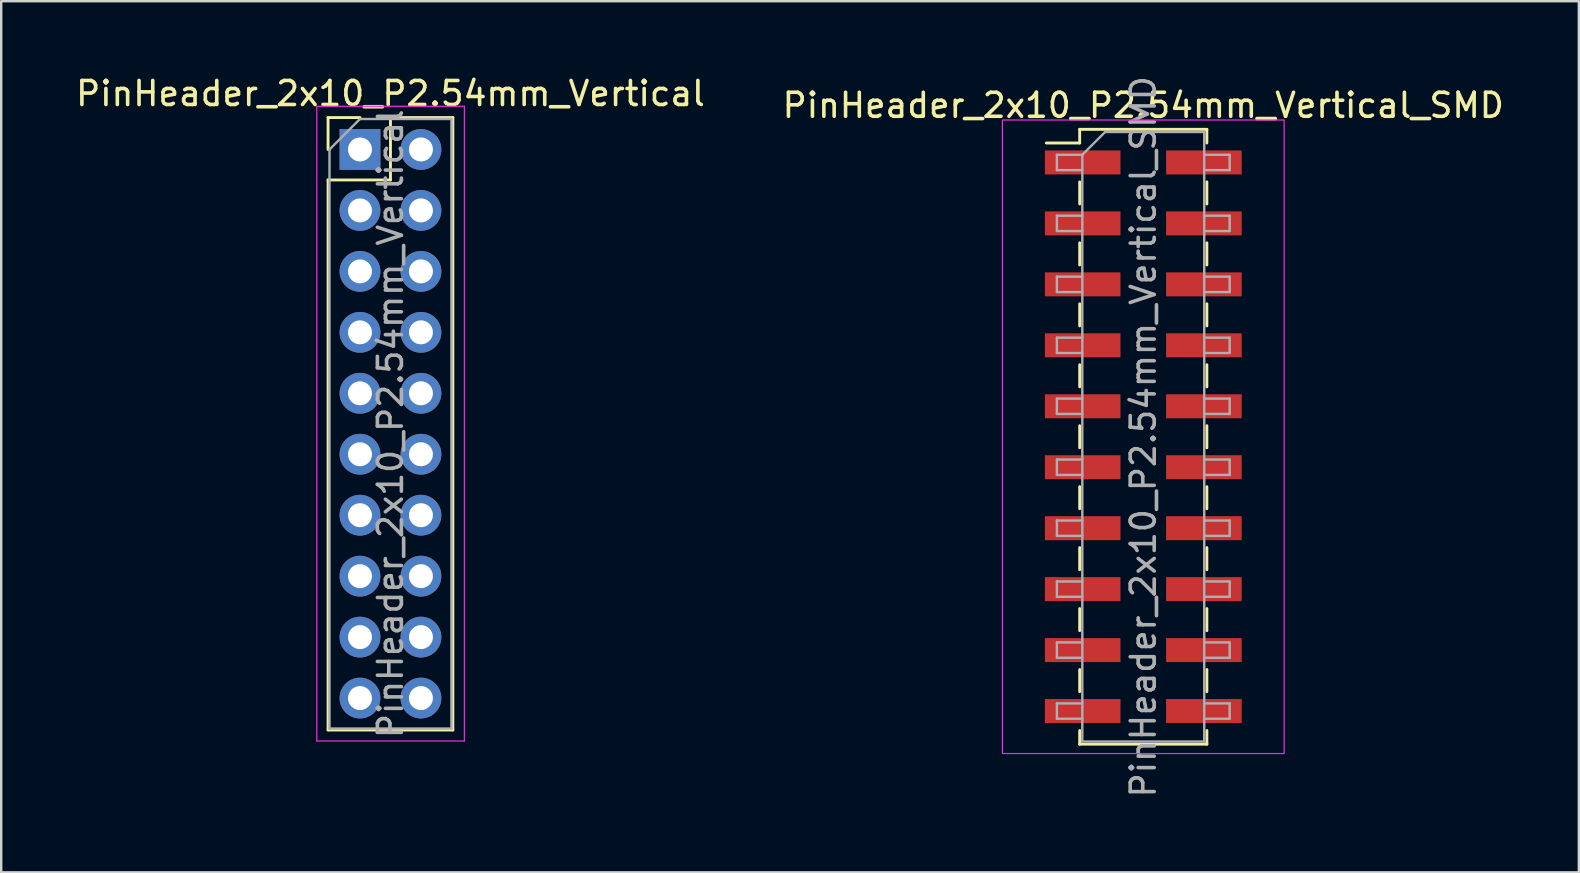
<source format=kicad_pcb>
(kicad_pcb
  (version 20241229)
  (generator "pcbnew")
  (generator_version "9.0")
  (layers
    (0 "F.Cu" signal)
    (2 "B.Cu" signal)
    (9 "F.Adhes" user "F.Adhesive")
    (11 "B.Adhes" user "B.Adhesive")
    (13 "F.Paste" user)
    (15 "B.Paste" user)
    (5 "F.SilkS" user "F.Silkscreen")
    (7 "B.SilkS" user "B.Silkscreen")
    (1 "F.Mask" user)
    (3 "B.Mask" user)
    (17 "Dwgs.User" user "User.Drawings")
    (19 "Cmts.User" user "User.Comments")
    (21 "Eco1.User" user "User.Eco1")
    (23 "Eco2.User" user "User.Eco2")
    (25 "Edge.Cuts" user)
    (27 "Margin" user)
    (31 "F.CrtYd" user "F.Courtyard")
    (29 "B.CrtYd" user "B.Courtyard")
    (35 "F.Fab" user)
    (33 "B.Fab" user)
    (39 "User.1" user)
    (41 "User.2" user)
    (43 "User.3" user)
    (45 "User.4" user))
  (footprint "PinHeader_2x10_P2.54mm_Vertical_SMD"
    (layer "F.Cu")
    (at 44.589 15.149)
    (property "Reference" "PinHeader_2x10_P2.54mm_Vertical_SMD" (at 0 -13.81 0) (layer "F.SilkS") (effects (font (size 1 1) (thickness 0.15))))
    (attr smd)
    (fp_line (start -4.04 -12.24) (end -2.65 -12.24) (stroke (width 0.12) (type solid)) (layer "F.SilkS"))
    (fp_line (start -2.65 -12.81) (end -2.65 -12.24) (stroke (width 0.12) (type solid)) (layer "F.SilkS"))
    (fp_line (start -2.65 -12.81) (end 2.65 -12.81) (stroke (width 0.12) (type solid)) (layer "F.SilkS"))
    (fp_line (start -2.65 -10.62) (end -2.65 -9.7) (stroke (width 0.12) (type solid)) (layer "F.SilkS"))
    (fp_line (start -2.65 -8.08) (end -2.65 -7.16) (stroke (width 0.12) (type solid)) (layer "F.SilkS"))
    (fp_line (start -2.65 -5.54) (end -2.65 -4.62) (stroke (width 0.12) (type solid)) (layer "F.SilkS"))
    (fp_line (start -2.65 -3) (end -2.65 -2.08) (stroke (width 0.12) (type solid)) (layer "F.SilkS"))
    (fp_line (start -2.65 -0.46) (end -2.65 0.46) (stroke (width 0.12) (type solid)) (layer "F.SilkS"))
    (fp_line (start -2.65 2.08) (end -2.65 3) (stroke (width 0.12) (type solid)) (layer "F.SilkS"))
    (fp_line (start -2.65 4.62) (end -2.65 5.54) (stroke (width 0.12) (type solid)) (layer "F.SilkS"))
    (fp_line (start -2.65 7.16) (end -2.65 8.08) (stroke (width 0.12) (type solid)) (layer "F.SilkS"))
    (fp_line (start -2.65 9.7) (end -2.65 10.62) (stroke (width 0.12) (type solid)) (layer "F.SilkS"))
    (fp_line (start -2.65 12.24) (end -2.65 12.81) (stroke (width 0.12) (type solid)) (layer "F.SilkS"))
    (fp_line (start -2.65 12.81) (end 2.65 12.81) (stroke (width 0.12) (type solid)) (layer "F.SilkS"))
    (fp_line (start 2.65 -12.81) (end 2.65 -12.24) (stroke (width 0.12) (type solid)) (layer "F.SilkS"))
    (fp_line (start 2.65 -10.62) (end 2.65 -9.7) (stroke (width 0.12) (type solid)) (layer "F.SilkS"))
    (fp_line (start 2.65 -8.08) (end 2.65 -7.16) (stroke (width 0.12) (type solid)) (layer "F.SilkS"))
    (fp_line (start 2.65 -5.54) (end 2.65 -4.62) (stroke (width 0.12) (type solid)) (layer "F.SilkS"))
    (fp_line (start 2.65 -3) (end 2.65 -2.08) (stroke (width 0.12) (type solid)) (layer "F.SilkS"))
    (fp_line (start 2.65 -0.46) (end 2.65 0.46) (stroke (width 0.12) (type solid)) (layer "F.SilkS"))
    (fp_line (start 2.65 2.08) (end 2.65 3) (stroke (width 0.12) (type solid)) (layer "F.SilkS"))
    (fp_line (start 2.65 4.62) (end 2.65 5.54) (stroke (width 0.12) (type solid)) (layer "F.SilkS"))
    (fp_line (start 2.65 7.16) (end 2.65 8.08) (stroke (width 0.12) (type solid)) (layer "F.SilkS"))
    (fp_line (start 2.65 9.7) (end 2.65 10.62) (stroke (width 0.12) (type solid)) (layer "F.SilkS"))
    (fp_line (start 2.65 12.24) (end 2.65 12.81) (stroke (width 0.12) (type solid)) (layer "F.SilkS"))
    (fp_rect (start -5.87 -13.2) (end 5.87 13.2) (stroke (width 0.05) (type solid)) (fill no) (layer "F.CrtYd"))
    (fp_line (start -3.6 -11.75) (end -3.6 -11.11) (stroke (width 0.1) (type solid)) (layer "F.Fab"))
    (fp_line (start -3.6 -11.11) (end -2.54 -11.11) (stroke (width 0.1) (type solid)) (layer "F.Fab"))
    (fp_line (start -3.6 -9.21) (end -3.6 -8.57) (stroke (width 0.1) (type solid)) (layer "F.Fab"))
    (fp_line (start -3.6 -8.57) (end -2.54 -8.57) (stroke (width 0.1) (type solid)) (layer "F.Fab"))
    (fp_line (start -3.6 -6.67) (end -3.6 -6.03) (stroke (width 0.1) (type solid)) (layer "F.Fab"))
    (fp_line (start -3.6 -6.03) (end -2.54 -6.03) (stroke (width 0.1) (type solid)) (layer "F.Fab"))
    (fp_line (start -3.6 -4.13) (end -3.6 -3.49) (stroke (width 0.1) (type solid)) (layer "F.Fab"))
    (fp_line (start -3.6 -3.49) (end -2.54 -3.49) (stroke (width 0.1) (type solid)) (layer "F.Fab"))
    (fp_line (start -3.6 -1.59) (end -3.6 -0.95) (stroke (width 0.1) (type solid)) (layer "F.Fab"))
    (fp_line (start -3.6 -0.95) (end -2.54 -0.95) (stroke (width 0.1) (type solid)) (layer "F.Fab"))
    (fp_line (start -3.6 0.95) (end -3.6 1.59) (stroke (width 0.1) (type solid)) (layer "F.Fab"))
    (fp_line (start -3.6 1.59) (end -2.54 1.59) (stroke (width 0.1) (type solid)) (layer "F.Fab"))
    (fp_line (start -3.6 3.49) (end -3.6 4.13) (stroke (width 0.1) (type solid)) (layer "F.Fab"))
    (fp_line (start -3.6 4.13) (end -2.54 4.13) (stroke (width 0.1) (type solid)) (layer "F.Fab"))
    (fp_line (start -3.6 6.03) (end -3.6 6.67) (stroke (width 0.1) (type solid)) (layer "F.Fab"))
    (fp_line (start -3.6 6.67) (end -2.54 6.67) (stroke (width 0.1) (type solid)) (layer "F.Fab"))
    (fp_line (start -3.6 8.57) (end -3.6 9.21) (stroke (width 0.1) (type solid)) (layer "F.Fab"))
    (fp_line (start -3.6 9.21) (end -2.54 9.21) (stroke (width 0.1) (type solid)) (layer "F.Fab"))
    (fp_line (start -3.6 11.11) (end -3.6 11.75) (stroke (width 0.1) (type solid)) (layer "F.Fab"))
    (fp_line (start -3.6 11.75) (end -2.54 11.75) (stroke (width 0.1) (type solid)) (layer "F.Fab"))
    (fp_line (start -2.54 -11.75) (end -3.6 -11.75) (stroke (width 0.1) (type solid)) (layer "F.Fab"))
    (fp_line (start -2.54 -11.75) (end -1.59 -12.7) (stroke (width 0.1) (type solid)) (layer "F.Fab"))
    (fp_line (start -2.54 -9.21) (end -3.6 -9.21) (stroke (width 0.1) (type solid)) (layer "F.Fab"))
    (fp_line (start -2.54 -6.67) (end -3.6 -6.67) (stroke (width 0.1) (type solid)) (layer "F.Fab"))
    (fp_line (start -2.54 -4.13) (end -3.6 -4.13) (stroke (width 0.1) (type solid)) (layer "F.Fab"))
    (fp_line (start -2.54 -1.59) (end -3.6 -1.59) (stroke (width 0.1) (type solid)) (layer "F.Fab"))
    (fp_line (start -2.54 0.95) (end -3.6 0.95) (stroke (width 0.1) (type solid)) (layer "F.Fab"))
    (fp_line (start -2.54 3.49) (end -3.6 3.49) (stroke (width 0.1) (type solid)) (layer "F.Fab"))
    (fp_line (start -2.54 6.03) (end -3.6 6.03) (stroke (width 0.1) (type solid)) (layer "F.Fab"))
    (fp_line (start -2.54 8.57) (end -3.6 8.57) (stroke (width 0.1) (type solid)) (layer "F.Fab"))
    (fp_line (start -2.54 11.11) (end -3.6 11.11) (stroke (width 0.1) (type solid)) (layer "F.Fab"))
    (fp_line (start -2.54 12.7) (end -2.54 -11.75) (stroke (width 0.1) (type solid)) (layer "F.Fab"))
    (fp_line (start -1.59 -12.7) (end 2.54 -12.7) (stroke (width 0.1) (type solid)) (layer "F.Fab"))
    (fp_line (start 2.54 -12.7) (end 2.54 12.7) (stroke (width 0.1) (type solid)) (layer "F.Fab"))
    (fp_line (start 2.54 -11.75) (end 3.6 -11.75) (stroke (width 0.1) (type solid)) (layer "F.Fab"))
    (fp_line (start 2.54 -9.21) (end 3.6 -9.21) (stroke (width 0.1) (type solid)) (layer "F.Fab"))
    (fp_line (start 2.54 -6.67) (end 3.6 -6.67) (stroke (width 0.1) (type solid)) (layer "F.Fab"))
    (fp_line (start 2.54 -4.13) (end 3.6 -4.13) (stroke (width 0.1) (type solid)) (layer "F.Fab"))
    (fp_line (start 2.54 -1.59) (end 3.6 -1.59) (stroke (width 0.1) (type solid)) (layer "F.Fab"))
    (fp_line (start 2.54 0.95) (end 3.6 0.95) (stroke (width 0.1) (type solid)) (layer "F.Fab"))
    (fp_line (start 2.54 3.49) (end 3.6 3.49) (stroke (width 0.1) (type solid)) (layer "F.Fab"))
    (fp_line (start 2.54 6.03) (end 3.6 6.03) (stroke (width 0.1) (type solid)) (layer "F.Fab"))
    (fp_line (start 2.54 8.57) (end 3.6 8.57) (stroke (width 0.1) (type solid)) (layer "F.Fab"))
    (fp_line (start 2.54 11.11) (end 3.6 11.11) (stroke (width 0.1) (type solid)) (layer "F.Fab"))
    (fp_line (start 2.54 12.7) (end -2.54 12.7) (stroke (width 0.1) (type solid)) (layer "F.Fab"))
    (fp_line (start 3.6 -11.75) (end 3.6 -11.11) (stroke (width 0.1) (type solid)) (layer "F.Fab"))
    (fp_line (start 3.6 -11.11) (end 2.54 -11.11) (stroke (width 0.1) (type solid)) (layer "F.Fab"))
    (fp_line (start 3.6 -9.21) (end 3.6 -8.57) (stroke (width 0.1) (type solid)) (layer "F.Fab"))
    (fp_line (start 3.6 -8.57) (end 2.54 -8.57) (stroke (width 0.1) (type solid)) (layer "F.Fab"))
    (fp_line (start 3.6 -6.67) (end 3.6 -6.03) (stroke (width 0.1) (type solid)) (layer "F.Fab"))
    (fp_line (start 3.6 -6.03) (end 2.54 -6.03) (stroke (width 0.1) (type solid)) (layer "F.Fab"))
    (fp_line (start 3.6 -4.13) (end 3.6 -3.49) (stroke (width 0.1) (type solid)) (layer "F.Fab"))
    (fp_line (start 3.6 -3.49) (end 2.54 -3.49) (stroke (width 0.1) (type solid)) (layer "F.Fab"))
    (fp_line (start 3.6 -1.59) (end 3.6 -0.95) (stroke (width 0.1) (type solid)) (layer "F.Fab"))
    (fp_line (start 3.6 -0.95) (end 2.54 -0.95) (stroke (width 0.1) (type solid)) (layer "F.Fab"))
    (fp_line (start 3.6 0.95) (end 3.6 1.59) (stroke (width 0.1) (type solid)) (layer "F.Fab"))
    (fp_line (start 3.6 1.59) (end 2.54 1.59) (stroke (width 0.1) (type solid)) (layer "F.Fab"))
    (fp_line (start 3.6 3.49) (end 3.6 4.13) (stroke (width 0.1) (type solid)) (layer "F.Fab"))
    (fp_line (start 3.6 4.13) (end 2.54 4.13) (stroke (width 0.1) (type solid)) (layer "F.Fab"))
    (fp_line (start 3.6 6.03) (end 3.6 6.67) (stroke (width 0.1) (type solid)) (layer "F.Fab"))
    (fp_line (start 3.6 6.67) (end 2.54 6.67) (stroke (width 0.1) (type solid)) (layer "F.Fab"))
    (fp_line (start 3.6 8.57) (end 3.6 9.21) (stroke (width 0.1) (type solid)) (layer "F.Fab"))
    (fp_line (start 3.6 9.21) (end 2.54 9.21) (stroke (width 0.1) (type solid)) (layer "F.Fab"))
    (fp_line (start 3.6 11.11) (end 3.6 11.75) (stroke (width 0.1) (type solid)) (layer "F.Fab"))
    (fp_line (start 3.6 11.75) (end 2.54 11.75) (stroke (width 0.1) (type solid)) (layer "F.Fab"))
    (fp_text user "${REFERENCE}" (at 0 0 90) (layer "F.Fab") (effects (font (size 1 1) (thickness 0.15))))
    (pad "1" smd rect (at -2.525 -11.43) (size 3.15 1) (layers "F.Cu" "F.Mask" "F.Paste"))
    (pad "2" smd rect (at 2.525 -11.43) (size 3.15 1) (layers "F.Cu" "F.Mask" "F.Paste"))
    (pad "3" smd rect (at -2.525 -8.89) (size 3.15 1) (layers "F.Cu" "F.Mask" "F.Paste"))
    (pad "4" smd rect (at 2.525 -8.89) (size 3.15 1) (layers "F.Cu" "F.Mask" "F.Paste"))
    (pad "5" smd rect (at -2.525 -6.35) (size 3.15 1) (layers "F.Cu" "F.Mask" "F.Paste"))
    (pad "6" smd rect (at 2.525 -6.35) (size 3.15 1) (layers "F.Cu" "F.Mask" "F.Paste"))
    (pad "7" smd rect (at -2.525 -3.81) (size 3.15 1) (layers "F.Cu" "F.Mask" "F.Paste"))
    (pad "8" smd rect (at 2.525 -3.81) (size 3.15 1) (layers "F.Cu" "F.Mask" "F.Paste"))
    (pad "9" smd rect (at -2.525 -1.27) (size 3.15 1) (layers "F.Cu" "F.Mask" "F.Paste"))
    (pad "10" smd rect (at 2.525 -1.27) (size 3.15 1) (layers "F.Cu" "F.Mask" "F.Paste"))
    (pad "11" smd rect (at -2.525 1.27) (size 3.15 1) (layers "F.Cu" "F.Mask" "F.Paste"))
    (pad "12" smd rect (at 2.525 1.27) (size 3.15 1) (layers "F.Cu" "F.Mask" "F.Paste"))
    (pad "13" smd rect (at -2.525 3.81) (size 3.15 1) (layers "F.Cu" "F.Mask" "F.Paste"))
    (pad "14" smd rect (at 2.525 3.81) (size 3.15 1) (layers "F.Cu" "F.Mask" "F.Paste"))
    (pad "15" smd rect (at -2.525 6.35) (size 3.15 1) (layers "F.Cu" "F.Mask" "F.Paste"))
    (pad "16" smd rect (at 2.525 6.35) (size 3.15 1) (layers "F.Cu" "F.Mask" "F.Paste"))
    (pad "17" smd rect (at -2.525 8.89) (size 3.15 1) (layers "F.Cu" "F.Mask" "F.Paste"))
    (pad "18" smd rect (at 2.525 8.89) (size 3.15 1) (layers "F.Cu" "F.Mask" "F.Paste"))
    (pad "19" smd rect (at -2.525 11.43) (size 3.15 1) (layers "F.Cu" "F.Mask" "F.Paste"))
    (pad "20" smd rect (at 2.525 11.43) (size 3.15 1) (layers "F.Cu" "F.Mask" "F.Paste")))
  (footprint "PinHeader_2x10_P2.54mm_Vertical"
    (layer "F.Cu")
    (at 11.95 3.178)
    (property "Reference" "PinHeader_2x10_P2.54mm_Vertical" (at 1.27 -2.33 0) (layer "F.SilkS") (effects (font (size 1 1) (thickness 0.15))))
    (attr through_hole)
    (fp_line (start -1.33 -1.33) (end 0 -1.33) (stroke (width 0.12) (type solid)) (layer "F.SilkS"))
    (fp_line (start -1.33 0) (end -1.33 -1.33) (stroke (width 0.12) (type solid)) (layer "F.SilkS"))
    (fp_line (start -1.33 1.27) (end -1.33 24.19) (stroke (width 0.12) (type solid)) (layer "F.SilkS"))
    (fp_line (start -1.33 1.27) (end 1.27 1.27) (stroke (width 0.12) (type solid)) (layer "F.SilkS"))
    (fp_line (start -1.33 24.19) (end 3.87 24.19) (stroke (width 0.12) (type solid)) (layer "F.SilkS"))
    (fp_line (start 1.27 -1.33) (end 3.87 -1.33) (stroke (width 0.12) (type solid)) (layer "F.SilkS"))
    (fp_line (start 1.27 1.27) (end 1.27 -1.33) (stroke (width 0.12) (type solid)) (layer "F.SilkS"))
    (fp_line (start 3.87 -1.33) (end 3.87 24.19) (stroke (width 0.12) (type solid)) (layer "F.SilkS"))
    (fp_line (start -1.8 -1.8) (end -1.8 24.65) (stroke (width 0.05) (type solid)) (layer "F.CrtYd"))
    (fp_line (start -1.8 24.65) (end 4.35 24.65) (stroke (width 0.05) (type solid)) (layer "F.CrtYd"))
    (fp_line (start 4.35 -1.8) (end -1.8 -1.8) (stroke (width 0.05) (type solid)) (layer "F.CrtYd"))
    (fp_line (start 4.35 24.65) (end 4.35 -1.8) (stroke (width 0.05) (type solid)) (layer "F.CrtYd"))
    (fp_line (start -1.27 0) (end 0 -1.27) (stroke (width 0.1) (type solid)) (layer "F.Fab"))
    (fp_line (start -1.27 24.13) (end -1.27 0) (stroke (width 0.1) (type solid)) (layer "F.Fab"))
    (fp_line (start 0 -1.27) (end 3.81 -1.27) (stroke (width 0.1) (type solid)) (layer "F.Fab"))
    (fp_line (start 3.81 -1.27) (end 3.81 24.13) (stroke (width 0.1) (type solid)) (layer "F.Fab"))
    (fp_line (start 3.81 24.13) (end -1.27 24.13) (stroke (width 0.1) (type solid)) (layer "F.Fab"))
    (fp_text user "${REFERENCE}" (at 1.27 11.43 90) (layer "F.Fab") (effects (font (size 1 1) (thickness 0.15))))
    (pad "1" thru_hole rect (at 0 0) (size 1.7 1.7) (drill 1) (layers "*.Cu" "*.Mask"))
    (pad "2" thru_hole oval (at 2.54 0) (size 1.7 1.7) (drill 1) (layers "*.Cu" "*.Mask"))
    (pad "3" thru_hole oval (at 0 2.54) (size 1.7 1.7) (drill 1) (layers "*.Cu" "*.Mask"))
    (pad "4" thru_hole oval (at 2.54 2.54) (size 1.7 1.7) (drill 1) (layers "*.Cu" "*.Mask"))
    (pad "5" thru_hole oval (at 0 5.08) (size 1.7 1.7) (drill 1) (layers "*.Cu" "*.Mask"))
    (pad "6" thru_hole oval (at 2.54 5.08) (size 1.7 1.7) (drill 1) (layers "*.Cu" "*.Mask"))
    (pad "7" thru_hole oval (at 0 7.62) (size 1.7 1.7) (drill 1) (layers "*.Cu" "*.Mask"))
    (pad "8" thru_hole oval (at 2.54 7.62) (size 1.7 1.7) (drill 1) (layers "*.Cu" "*.Mask"))
    (pad "9" thru_hole oval (at 0 10.16) (size 1.7 1.7) (drill 1) (layers "*.Cu" "*.Mask"))
    (pad "10" thru_hole oval (at 2.54 10.16) (size 1.7 1.7) (drill 1) (layers "*.Cu" "*.Mask"))
    (pad "11" thru_hole oval (at 0 12.7) (size 1.7 1.7) (drill 1) (layers "*.Cu" "*.Mask"))
    (pad "12" thru_hole oval (at 2.54 12.7) (size 1.7 1.7) (drill 1) (layers "*.Cu" "*.Mask"))
    (pad "13" thru_hole oval (at 0 15.24) (size 1.7 1.7) (drill 1) (layers "*.Cu" "*.Mask"))
    (pad "14" thru_hole oval (at 2.54 15.24) (size 1.7 1.7) (drill 1) (layers "*.Cu" "*.Mask"))
    (pad "15" thru_hole oval (at 0 17.78) (size 1.7 1.7) (drill 1) (layers "*.Cu" "*.Mask"))
    (pad "16" thru_hole oval (at 2.54 17.78) (size 1.7 1.7) (drill 1) (layers "*.Cu" "*.Mask"))
    (pad "17" thru_hole oval (at 0 20.32) (size 1.7 1.7) (drill 1) (layers "*.Cu" "*.Mask"))
    (pad "18" thru_hole oval (at 2.54 20.32) (size 1.7 1.7) (drill 1) (layers "*.Cu" "*.Mask"))
    (pad "19" thru_hole oval (at 0 22.86) (size 1.7 1.7) (drill 1) (layers "*.Cu" "*.Mask"))
    (pad "20" thru_hole oval (at 2.54 22.86) (size 1.7 1.7) (drill 1) (layers "*.Cu" "*.Mask")))
  (gr_rect
    (start -3 -3)
    (end 62.738 33.298)
    (stroke (width 0.1) (type default))
    (fill no)
    (layer "Edge.Cuts")))
</source>
